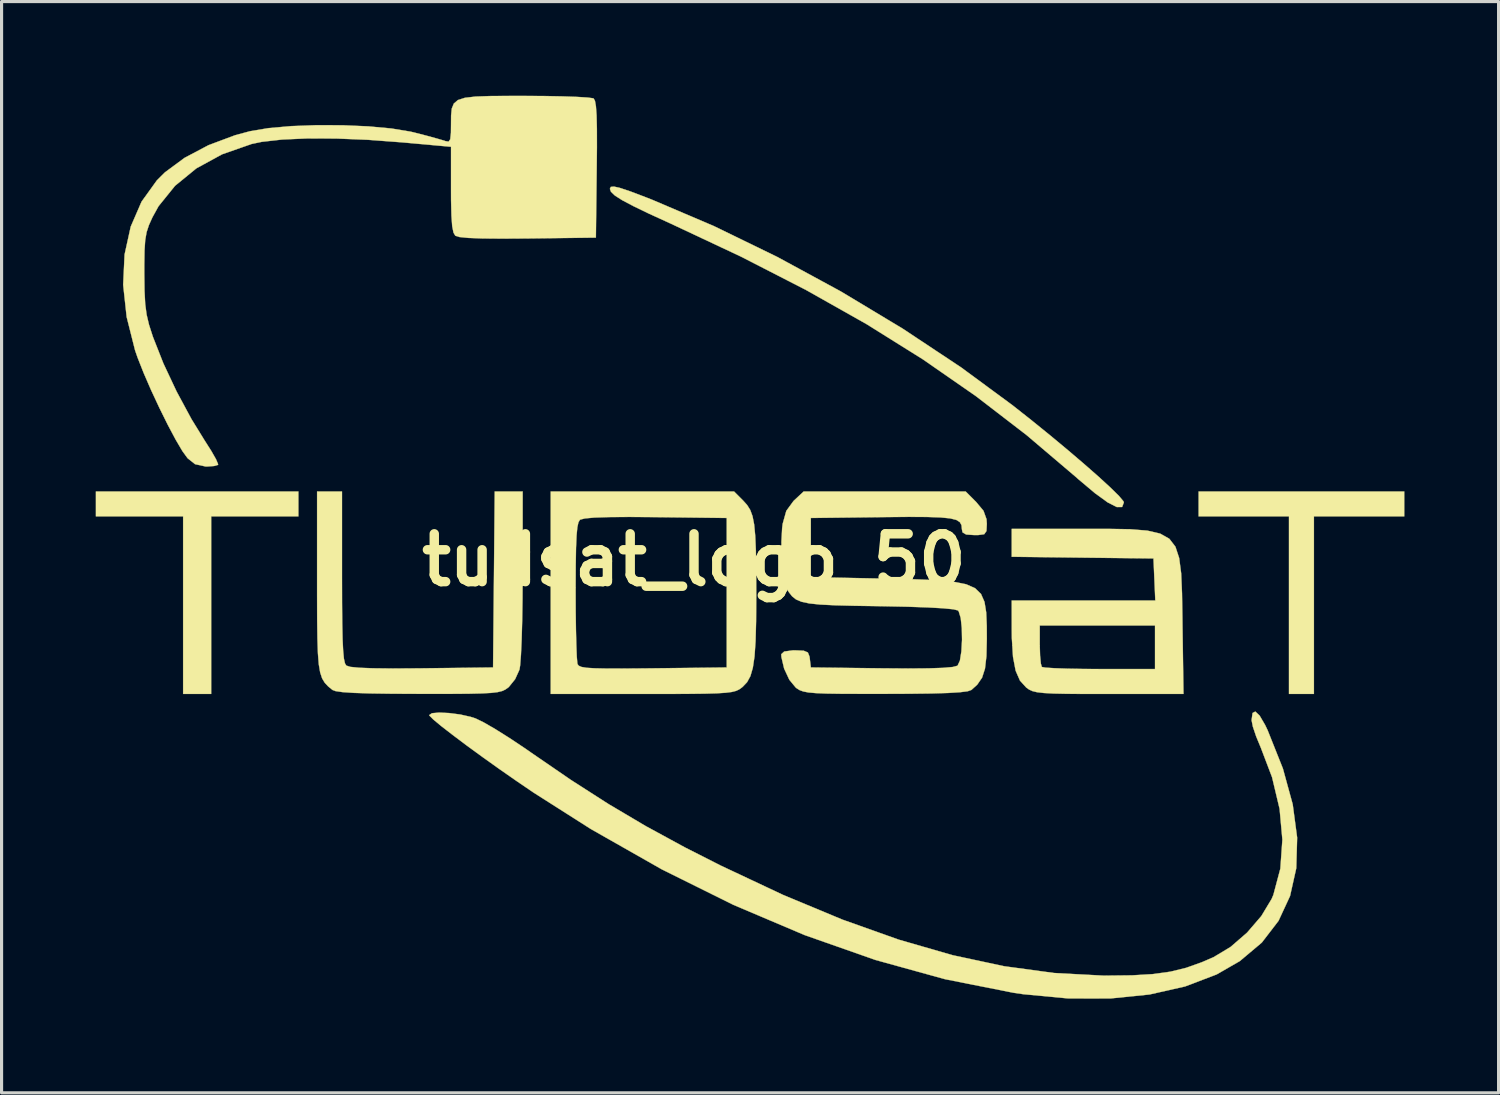
<source format=kicad_pcb>
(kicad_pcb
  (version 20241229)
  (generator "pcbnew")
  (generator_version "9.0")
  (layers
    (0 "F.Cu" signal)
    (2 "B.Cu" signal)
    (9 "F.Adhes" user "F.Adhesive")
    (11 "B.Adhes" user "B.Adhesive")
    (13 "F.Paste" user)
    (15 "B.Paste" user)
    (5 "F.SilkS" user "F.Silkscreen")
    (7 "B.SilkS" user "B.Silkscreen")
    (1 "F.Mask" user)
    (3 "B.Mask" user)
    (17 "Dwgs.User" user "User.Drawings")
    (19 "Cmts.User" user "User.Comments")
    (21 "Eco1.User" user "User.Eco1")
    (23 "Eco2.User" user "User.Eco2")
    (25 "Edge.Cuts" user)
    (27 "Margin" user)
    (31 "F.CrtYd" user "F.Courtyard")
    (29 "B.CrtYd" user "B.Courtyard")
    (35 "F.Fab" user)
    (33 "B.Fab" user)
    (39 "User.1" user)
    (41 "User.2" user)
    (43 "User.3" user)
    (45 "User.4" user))
  (footprint "tudsat_logo_50"
    (layer "F.Cu")
    (at 19.055 14.787)
    (property "Reference" "tudsat_logo_50" (at 0 0 0) (layer "F.SilkS") (effects (font (size 1.524 1.524) (thickness 0.3))))
    (attr through_hole)
    (fp_poly (pts (xy -12.601 -1.389) (xy -15.379 -1.389) (xy -15.379 4.266) (xy -16.272 4.266) (xy -16.272 -1.389) (xy -19.05 -1.389) (xy -19.05 -2.183) (xy -12.601 -2.183) (xy -12.601 -1.389)) (stroke (width 0.01) (type solid)) (fill yes) (layer "F.SilkS"))
    (fp_poly (pts (xy 22.622 -1.389) (xy 19.745 -1.389) (xy 19.745 4.266) (xy 18.951 4.266) (xy 18.951 -1.389) (xy 16.073 -1.389) (xy 16.073 -2.183) (xy 22.622 -2.183) (xy 22.622 -1.389)) (stroke (width 0.01) (type solid)) (fill yes) (layer "F.SilkS"))
    (fp_poly (pts (xy -2.348 -11.848) (xy -2.023 -11.739) (xy -1.551 -11.56) (xy -1.339 -11.477) (xy 0.631 -10.637) (xy 2.651 -9.654) (xy 4.67 -8.558) (xy 6.638 -7.375) (xy 8.506 -6.136) (xy 10.133 -4.938) (xy 10.739 -4.46) (xy 11.339 -3.974) (xy 11.912 -3.497) (xy 12.438 -3.048) (xy 12.898 -2.644) (xy 13.271 -2.301) (xy 13.537 -2.039) (xy 13.676 -1.873) (xy 13.692 -1.835) (xy 13.636 -1.688) (xy 13.466 -1.687) (xy 13.179 -1.833) (xy 12.771 -2.129) (xy 12.241 -2.575) (xy 12.151 -2.655) (xy 10.596 -3.976) (xy 8.984 -5.216) (xy 7.292 -6.39) (xy 5.496 -7.513) (xy 3.573 -8.598) (xy 1.499 -9.662) (xy -0.75 -10.719) (xy -0.763 -10.725) (xy -1.431 -11.03) (xy -1.933 -11.273) (xy -2.29 -11.462) (xy -2.521 -11.61) (xy -2.644 -11.728) (xy -2.679 -11.822) (xy -2.65 -11.884) (xy -2.548 -11.894) (xy -2.348 -11.848)) (stroke (width 0.01) (type solid)) (fill yes) (layer "F.SilkS"))
    (fp_poly (pts (xy 13.892 -0.98) (xy 14.438 -0.936) (xy 14.847 -0.841) (xy 15.139 -0.677) (xy 15.334 -0.424) (xy 15.453 -0.063) (xy 15.517 0.425) (xy 15.544 1.058) (xy 15.557 1.857) (xy 15.559 2.054) (xy 15.591 4.266) (xy 13.216 4.266) (xy 12.466 4.266) (xy 11.888 4.262) (xy 11.457 4.253) (xy 11.145 4.236) (xy 10.928 4.211) (xy 10.779 4.175) (xy 10.671 4.125) (xy 10.584 4.063) (xy 10.383 3.842) (xy 10.245 3.527) (xy 10.161 3.087) (xy 10.124 2.494) (xy 10.121 2.208) (xy 10.121 2.084) (xy 11.013 2.084) (xy 11.013 2.712) (xy 11.023 3.049) (xy 11.048 3.301) (xy 11.079 3.407) (xy 11.195 3.428) (xy 11.477 3.446) (xy 11.891 3.461) (xy 12.404 3.47) (xy 12.915 3.473) (xy 14.684 3.473) (xy 14.684 2.084) (xy 11.013 2.084) (xy 10.121 2.084) (xy 10.12 1.29) (xy 14.693 1.29) (xy 14.664 0.62) (xy 14.635 -0.05) (xy 12.378 -0.076) (xy 10.12 -0.103) (xy 10.12 -0.992) (xy 12.306 -0.992) (xy 13.188 -0.992) (xy 13.892 -0.98)) (stroke (width 0.01) (type solid)) (fill yes) (layer "F.SilkS"))
    (fp_poly (pts (xy -11.212 0.534) (xy -11.21 1.371) (xy -11.204 2.03) (xy -11.193 2.532) (xy -11.175 2.895) (xy -11.151 3.142) (xy -11.118 3.291) (xy -11.076 3.362) (xy -11.075 3.363) (xy -10.947 3.404) (xy -10.665 3.432) (xy -10.22 3.449) (xy -9.599 3.456) (xy -8.793 3.451) (xy -8.669 3.45) (xy -6.4 3.423) (xy -6.373 0.62) (xy -6.347 -2.183) (xy -5.457 -2.183) (xy -5.458 0.471) (xy -5.462 1.238) (xy -5.473 1.938) (xy -5.49 2.543) (xy -5.512 3.026) (xy -5.538 3.359) (xy -5.56 3.493) (xy -5.698 3.797) (xy -5.899 4.046) (xy -5.92 4.063) (xy -6.008 4.125) (xy -6.111 4.173) (xy -6.255 4.208) (xy -6.464 4.233) (xy -6.764 4.249) (xy -7.178 4.259) (xy -7.732 4.263) (xy -8.45 4.264) (xy -8.769 4.263) (xy -9.638 4.259) (xy -10.323 4.249) (xy -10.839 4.232) (xy -11.201 4.207) (xy -11.423 4.174) (xy -11.514 4.139) (xy -11.652 4.026) (xy -11.761 3.91) (xy -11.845 3.77) (xy -11.907 3.582) (xy -11.951 3.323) (xy -11.979 2.969) (xy -11.995 2.497) (xy -12.003 1.884) (xy -12.005 1.108) (xy -12.005 0.672) (xy -12.005 -2.183) (xy -11.212 -2.183) (xy -11.212 0.534)) (stroke (width 0.01) (type solid)) (fill yes) (layer "F.SilkS"))
    (fp_poly (pts (xy 1.566 -1.892) (xy 1.693 -1.75) (xy 1.791 -1.594) (xy 1.864 -1.396) (xy 1.916 -1.131) (xy 1.95 -0.772) (xy 1.971 -0.294) (xy 1.98 0.331) (xy 1.983 1.127) (xy 1.983 1.141) (xy 1.978 1.948) (xy 1.961 2.582) (xy 1.928 3.068) (xy 1.874 3.431) (xy 1.797 3.697) (xy 1.691 3.891) (xy 1.552 4.038) (xy 1.521 4.063) (xy 1.439 4.122) (xy 1.341 4.168) (xy 1.205 4.203) (xy 1.008 4.228) (xy 0.726 4.246) (xy 0.338 4.257) (xy -0.182 4.263) (xy -0.855 4.266) (xy -1.65 4.266) (xy -4.564 4.266) (xy -4.564 0.996) (xy -3.77 0.996) (xy -3.768 1.639) (xy -3.76 2.221) (xy -3.748 2.71) (xy -3.734 3.075) (xy -3.716 3.285) (xy -3.709 3.317) (xy -3.671 3.368) (xy -3.584 3.406) (xy -3.426 3.433) (xy -3.172 3.449) (xy -2.799 3.457) (xy -2.283 3.458) (xy -1.601 3.453) (xy -1.303 3.45) (xy 1.042 3.423) (xy 1.042 -1.339) (xy -1.228 -1.366) (xy -2.06 -1.372) (xy -2.705 -1.367) (xy -3.173 -1.352) (xy -3.476 -1.324) (xy -3.625 -1.286) (xy -3.634 -1.28) (xy -3.681 -1.201) (xy -3.716 -1.04) (xy -3.741 -0.772) (xy -3.758 -0.377) (xy -3.767 0.17) (xy -3.77 0.889) (xy -3.77 0.996) (xy -4.564 0.996) (xy -4.564 -2.183) (xy 1.275 -2.183) (xy 1.566 -1.892)) (stroke (width 0.01) (type solid)) (fill yes) (layer "F.SilkS"))
    (fp_poly (pts (xy 18.016 4.956) (xy 18.192 5.257) (xy 18.272 5.425) (xy 18.757 6.642) (xy 19.07 7.783) (xy 19.211 8.843) (xy 19.183 9.817) (xy 18.985 10.702) (xy 18.618 11.493) (xy 18.085 12.186) (xy 17.384 12.776) (xy 16.647 13.2) (xy 15.645 13.582) (xy 14.508 13.839) (xy 13.257 13.966) (xy 11.911 13.964) (xy 10.49 13.83) (xy 10.17 13.783) (xy 7.997 13.352) (xy 5.777 12.738) (xy 3.525 11.947) (xy 1.255 10.984) (xy -1.02 9.856) (xy -3.285 8.569) (xy -5.11 7.408) (xy -5.645 7.044) (xy -6.195 6.661) (xy -6.735 6.276) (xy -7.24 5.908) (xy -7.685 5.573) (xy -8.048 5.292) (xy -8.303 5.08) (xy -8.426 4.957) (xy -8.434 4.94) (xy -8.346 4.88) (xy -8.117 4.86) (xy -7.8 4.875) (xy -7.447 4.921) (xy -7.113 4.996) (xy -6.958 5.046) (xy -6.705 5.169) (xy -6.334 5.383) (xy -5.887 5.664) (xy -5.406 5.984) (xy -5.186 6.137) (xy -3.919 7.006) (xy -2.725 7.772) (xy -1.539 8.474) (xy -0.297 9.15) (xy 0.843 9.729) (xy 2.841 10.669) (xy 4.73 11.455) (xy 6.523 12.093) (xy 8.235 12.587) (xy 9.879 12.939) (xy 11.469 13.155) (xy 13.017 13.237) (xy 13.146 13.238) (xy 13.954 13.229) (xy 14.612 13.19) (xy 15.17 13.113) (xy 15.675 12.99) (xy 16.177 12.811) (xy 16.549 12.65) (xy 17.092 12.323) (xy 17.617 11.868) (xy 18.07 11.341) (xy 18.398 10.797) (xy 18.454 10.665) (xy 18.676 9.831) (xy 18.741 8.908) (xy 18.652 7.927) (xy 18.412 6.918) (xy 18.055 5.98) (xy 17.907 5.623) (xy 17.801 5.309) (xy 17.76 5.104) (xy 17.76 5.102) (xy 17.791 4.873) (xy 17.88 4.827) (xy 18.016 4.956)) (stroke (width 0.01) (type solid)) (fill yes) (layer "F.SilkS"))
    (fp_poly (pts (xy 8.989 -1.845) (xy 9.221 -1.567) (xy 9.317 -1.3) (xy 9.327 -1.151) (xy 9.315 -0.922) (xy 9.243 -0.821) (xy 9.052 -0.795) (xy 8.93 -0.794) (xy 8.668 -0.812) (xy 8.553 -0.881) (xy 8.533 -0.98) (xy 8.521 -1.107) (xy 8.469 -1.205) (xy 8.356 -1.277) (xy 8.159 -1.326) (xy 7.856 -1.356) (xy 7.424 -1.371) (xy 6.84 -1.374) (xy 6.083 -1.367) (xy 5.99 -1.366) (xy 3.721 -1.339) (xy 3.721 0.546) (xy 6.152 0.595) (xy 7.028 0.615) (xy 7.726 0.643) (xy 8.266 0.692) (xy 8.669 0.773) (xy 8.954 0.899) (xy 9.142 1.083) (xy 9.253 1.336) (xy 9.307 1.67) (xy 9.325 2.098) (xy 9.327 2.513) (xy 9.314 3.063) (xy 9.268 3.461) (xy 9.175 3.748) (xy 9.022 3.97) (xy 8.835 4.139) (xy 8.719 4.18) (xy 8.477 4.211) (xy 8.093 4.235) (xy 7.553 4.251) (xy 6.842 4.26) (xy 6.091 4.263) (xy 5.304 4.263) (xy 4.691 4.261) (xy 4.227 4.254) (xy 3.887 4.24) (xy 3.646 4.219) (xy 3.481 4.187) (xy 3.365 4.145) (xy 3.274 4.088) (xy 3.241 4.063) (xy 3.037 3.815) (xy 2.871 3.46) (xy 2.784 3.091) (xy 2.779 3.001) (xy 2.873 2.915) (xy 3.147 2.878) (xy 3.218 2.877) (xy 3.493 2.889) (xy 3.627 2.945) (xy 3.68 3.079) (xy 3.689 3.15) (xy 3.721 3.423) (xy 5.99 3.45) (xy 6.822 3.456) (xy 7.467 3.451) (xy 7.936 3.435) (xy 8.239 3.408) (xy 8.387 3.369) (xy 8.396 3.363) (xy 8.47 3.204) (xy 8.517 2.91) (xy 8.537 2.544) (xy 8.53 2.169) (xy 8.495 1.846) (xy 8.432 1.638) (xy 8.407 1.606) (xy 8.264 1.57) (xy 7.939 1.538) (xy 7.446 1.51) (xy 6.801 1.488) (xy 6.019 1.472) (xy 5.901 1.47) (xy 5.109 1.458) (xy 4.49 1.442) (xy 4.02 1.419) (xy 3.673 1.383) (xy 3.425 1.33) (xy 3.25 1.256) (xy 3.125 1.156) (xy 3.023 1.027) (xy 2.975 0.953) (xy 2.894 0.72) (xy 2.832 0.349) (xy 2.794 -0.103) (xy 2.784 -0.576) (xy 2.807 -1.011) (xy 2.824 -1.151) (xy 2.94 -1.565) (xy 3.17 -1.88) (xy 3.194 -1.903) (xy 3.494 -2.183) (xy 8.652 -2.183) (xy 8.989 -1.845)) (stroke (width 0.01) (type solid)) (fill yes) (layer "F.SilkS"))
    (fp_poly (pts (xy -5.376 -14.782) (xy -4.752 -14.778) (xy -4.192 -14.767) (xy -3.728 -14.751) (xy -3.391 -14.73) (xy -3.214 -14.707) (xy -3.198 -14.701) (xy -3.155 -14.627) (xy -3.124 -14.454) (xy -3.103 -14.162) (xy -3.093 -13.73) (xy -3.092 -13.139) (xy -3.099 -12.445) (xy -3.125 -10.269) (xy -5.296 -10.242) (xy -6.11 -10.237) (xy -6.737 -10.242) (xy -7.188 -10.259) (xy -7.473 -10.288) (xy -7.603 -10.329) (xy -7.661 -10.429) (xy -7.702 -10.634) (xy -7.726 -10.97) (xy -7.738 -11.463) (xy -7.739 -11.802) (xy -7.739 -13.162) (xy -9.302 -13.303) (xy -10.385 -13.384) (xy -11.4 -13.425) (xy -12.319 -13.428) (xy -13.116 -13.393) (xy -13.762 -13.32) (xy -14.089 -13.252) (xy -15.03 -12.923) (xy -15.85 -12.475) (xy -16.53 -11.919) (xy -17.054 -11.271) (xy -17.251 -10.914) (xy -17.362 -10.667) (xy -17.436 -10.441) (xy -17.48 -10.188) (xy -17.502 -9.858) (xy -17.509 -9.403) (xy -17.509 -9.128) (xy -17.502 -8.572) (xy -17.48 -8.154) (xy -17.435 -7.815) (xy -17.359 -7.494) (xy -17.242 -7.131) (xy -17.229 -7.094) (xy -16.901 -6.262) (xy -16.48 -5.367) (xy -16.008 -4.491) (xy -15.582 -3.799) (xy -15.374 -3.472) (xy -15.225 -3.21) (xy -15.159 -3.054) (xy -15.16 -3.03) (xy -15.286 -2.994) (xy -15.523 -2.977) (xy -15.549 -2.977) (xy -15.893 -3.053) (xy -16.13 -3.242) (xy -16.295 -3.469) (xy -16.513 -3.84) (xy -16.765 -4.314) (xy -17.031 -4.852) (xy -17.293 -5.413) (xy -17.529 -5.957) (xy -17.721 -6.443) (xy -17.803 -6.679) (xy -18.071 -7.742) (xy -18.182 -8.765) (xy -18.137 -9.73) (xy -17.941 -10.619) (xy -17.596 -11.414) (xy -17.106 -12.095) (xy -16.851 -12.348) (xy -16.227 -12.809) (xy -15.463 -13.213) (xy -14.613 -13.531) (xy -14.139 -13.658) (xy -13.554 -13.756) (xy -12.831 -13.82) (xy -12.024 -13.85) (xy -11.186 -13.847) (xy -10.372 -13.812) (xy -9.635 -13.744) (xy -9.03 -13.644) (xy -8.93 -13.621) (xy -8.526 -13.517) (xy -8.183 -13.423) (xy -7.955 -13.356) (xy -7.913 -13.341) (xy -7.816 -13.326) (xy -7.764 -13.401) (xy -7.742 -13.605) (xy -7.739 -13.873) (xy -7.737 -14.16) (xy -7.715 -14.379) (xy -7.65 -14.539) (xy -7.518 -14.651) (xy -7.296 -14.722) (xy -6.96 -14.761) (xy -6.487 -14.778) (xy -5.854 -14.782) (xy -5.376 -14.782)) (stroke (width 0.01) (type solid)) (fill yes) (layer "F.SilkS")))
  (gr_rect
    (start -3 -3)
    (end 44.682 31.759)
    (stroke (width 0.1) (type default))
    (fill no)
    (layer "Edge.Cuts")))
</source>
